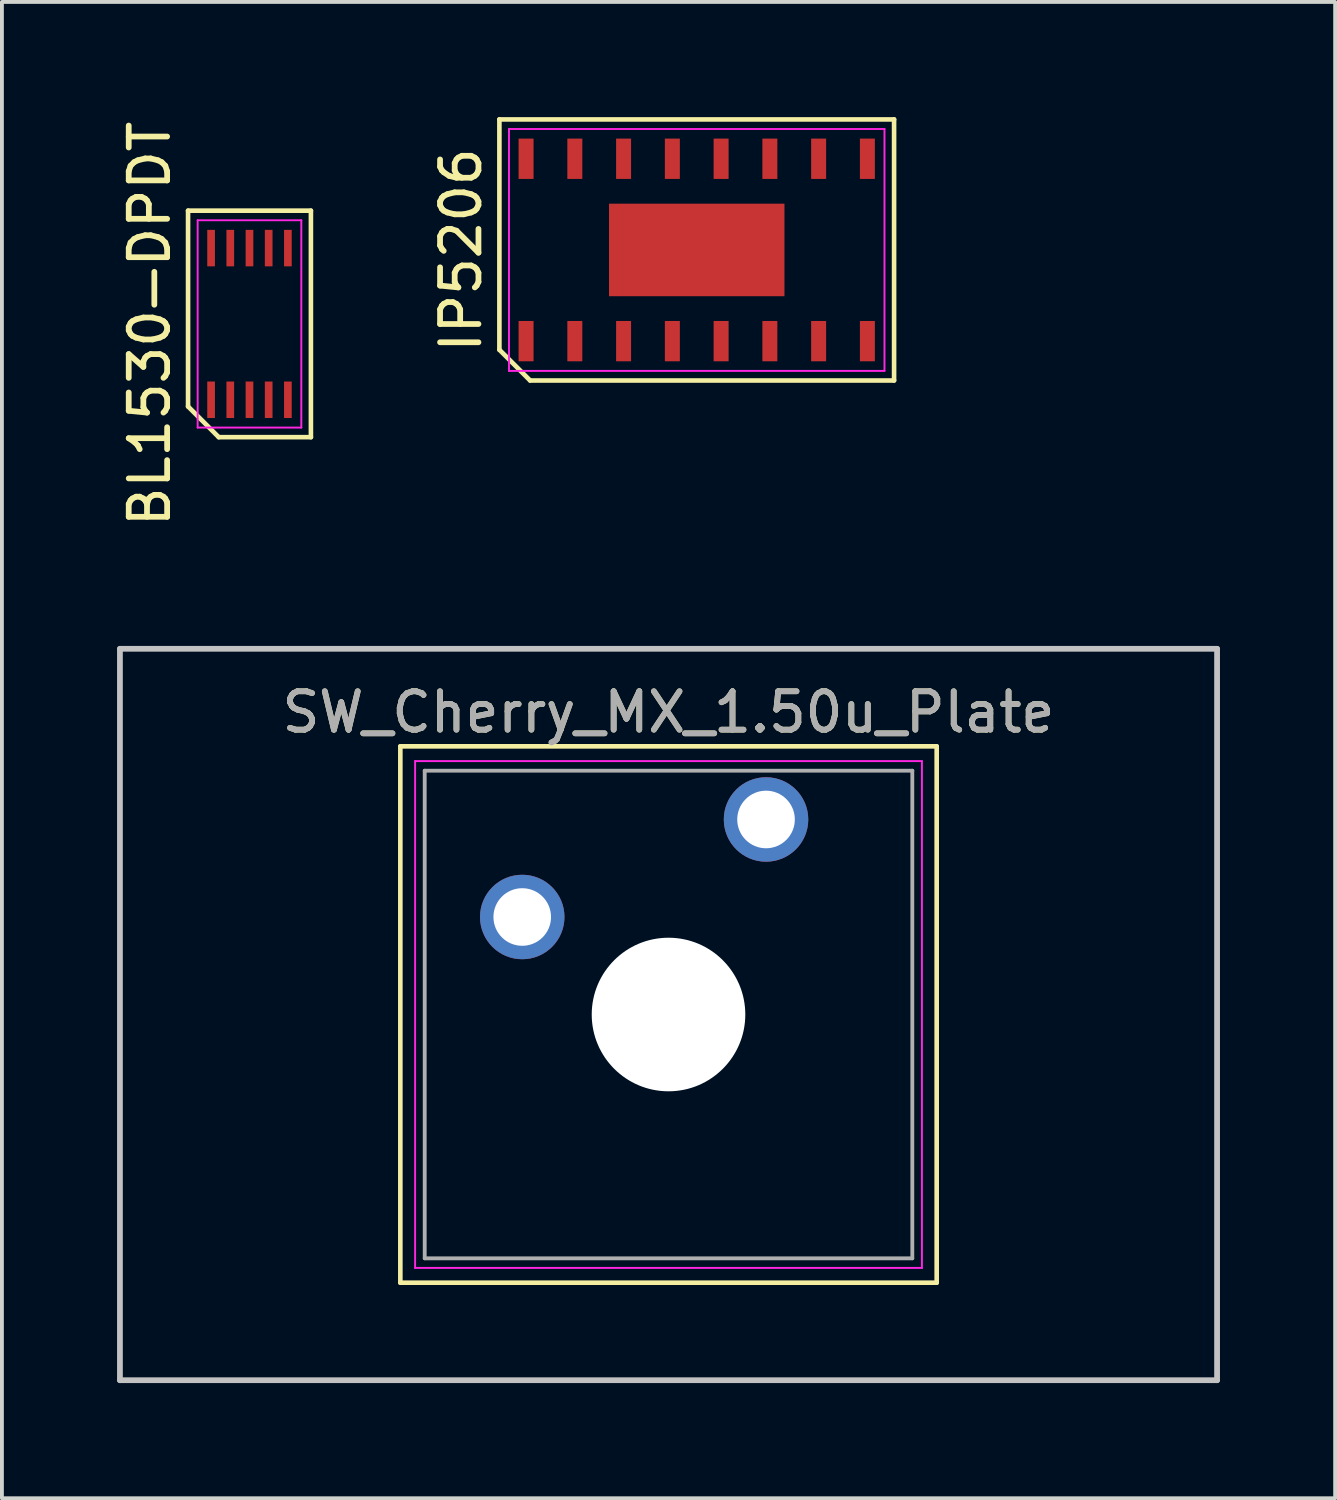
<source format=kicad_pcb>
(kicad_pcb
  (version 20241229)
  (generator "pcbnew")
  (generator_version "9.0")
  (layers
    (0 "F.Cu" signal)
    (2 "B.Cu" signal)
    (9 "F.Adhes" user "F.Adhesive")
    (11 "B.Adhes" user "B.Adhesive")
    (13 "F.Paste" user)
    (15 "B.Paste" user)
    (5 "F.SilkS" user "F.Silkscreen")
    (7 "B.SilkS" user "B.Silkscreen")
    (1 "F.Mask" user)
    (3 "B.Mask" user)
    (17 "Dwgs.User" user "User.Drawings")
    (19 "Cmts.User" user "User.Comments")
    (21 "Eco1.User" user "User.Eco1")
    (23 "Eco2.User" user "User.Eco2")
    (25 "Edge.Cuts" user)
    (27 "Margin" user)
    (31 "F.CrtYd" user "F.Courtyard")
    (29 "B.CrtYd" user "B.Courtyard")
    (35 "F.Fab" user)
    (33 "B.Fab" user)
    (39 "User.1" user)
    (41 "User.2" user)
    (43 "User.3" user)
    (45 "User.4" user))
  (footprint "SW_Cherry_MX_1.50u_Plate"
    (layer "F.Cu")
    (at 16.902 18.294)
    (property "Reference" "SW_Cherry_MX_1.50u_Plate" (at -2.54 -2.794 0) (layer "F.SilkS") (effects (font (size 1 1) (thickness 0.15))))
    (attr through_hole)
    (fp_line (start -9.525 -1.905) (end 4.445 -1.905) (stroke (width 0.12) (type solid)) (layer "F.SilkS"))
    (fp_line (start -9.525 12.065) (end -9.525 -1.905) (stroke (width 0.12) (type solid)) (layer "F.SilkS"))
    (fp_line (start 4.445 -1.905) (end 4.445 12.065) (stroke (width 0.12) (type solid)) (layer "F.SilkS"))
    (fp_line (start 4.445 12.065) (end -9.525 12.065) (stroke (width 0.12) (type solid)) (layer "F.SilkS"))
    (fp_line (start -16.828 -4.445) (end 11.748 -4.445) (stroke (width 0.15) (type solid)) (layer "Dwgs.User"))
    (fp_line (start -16.828 14.605) (end -16.828 -4.445) (stroke (width 0.15) (type solid)) (layer "Dwgs.User"))
    (fp_line (start 11.748 -4.445) (end 11.748 14.605) (stroke (width 0.15) (type solid)) (layer "Dwgs.User"))
    (fp_line (start 11.748 14.605) (end -16.828 14.605) (stroke (width 0.15) (type solid)) (layer "Dwgs.User"))
    (fp_line (start -9.14 -1.52) (end 4.06 -1.52) (stroke (width 0.05) (type solid)) (layer "F.CrtYd"))
    (fp_line (start -9.14 11.68) (end -9.14 -1.52) (stroke (width 0.05) (type solid)) (layer "F.CrtYd"))
    (fp_line (start 4.06 -1.52) (end 4.06 11.68) (stroke (width 0.05) (type solid)) (layer "F.CrtYd"))
    (fp_line (start 4.06 11.68) (end -9.14 11.68) (stroke (width 0.05) (type solid)) (layer "F.CrtYd"))
    (fp_line (start -8.89 -1.27) (end 3.81 -1.27) (stroke (width 0.1) (type solid)) (layer "F.Fab"))
    (fp_line (start -8.89 11.43) (end -8.89 -1.27) (stroke (width 0.1) (type solid)) (layer "F.Fab"))
    (fp_line (start 3.81 -1.27) (end 3.81 11.43) (stroke (width 0.1) (type solid)) (layer "F.Fab"))
    (fp_line (start 3.81 11.43) (end -8.89 11.43) (stroke (width 0.1) (type solid)) (layer "F.Fab"))
    (fp_text user "${REFERENCE}" (at -2.54 -2.794 0) (layer "F.Fab") (effects (font (size 1 1) (thickness 0.15))))
    (pad "" np_thru_hole circle (at -2.54 5.08) (size 4 4) (drill 4) (layers "*.Cu" "*.Mask"))
    (pad "1" thru_hole circle (at 0 0) (size 2.2 2.2) (drill 1.5) (layers "*.Cu" "*.Mask"))
    (pad "2" thru_hole circle (at -6.35 2.54) (size 2.2 2.2) (drill 1.5) (layers "*.Cu" "*.Mask")))
  (footprint "BL1530—DPDT"
    (layer "F.Cu")
    (at 3.448 5.387)
    (property "Reference" "BL1530—DPDT" (at -2.6 0 90) (layer "F.SilkS") (effects (font (size 1 1) (thickness 0.15))))
    (attr smd)
    (fp_line (start -1.6 -2.95) (end 1.6 -2.95) (stroke (width 0.12) (type solid)) (layer "F.SilkS"))
    (fp_line (start -1.6 2.15) (end -1.6 -2.95) (stroke (width 0.12) (type solid)) (layer "F.SilkS"))
    (fp_line (start -0.8 2.95) (end -1.6 2.15) (stroke (width 0.12) (type solid)) (layer "F.SilkS"))
    (fp_line (start 1.6 -2.95) (end 1.6 2.95) (stroke (width 0.12) (type solid)) (layer "F.SilkS"))
    (fp_line (start 1.6 2.95) (end -0.8 2.95) (stroke (width 0.12) (type solid)) (layer "F.SilkS"))
    (fp_line (start -1.35 -2.7) (end 1.35 -2.7) (stroke (width 0.05) (type solid)) (layer "F.CrtYd"))
    (fp_line (start -1.35 2.7) (end -1.35 -2.7) (stroke (width 0.05) (type solid)) (layer "F.CrtYd"))
    (fp_line (start 1.35 -2.7) (end 1.35 2.7) (stroke (width 0.05) (type solid)) (layer "F.CrtYd"))
    (fp_line (start 1.35 2.7) (end -1.35 2.7) (stroke (width 0.05) (type solid)) (layer "F.CrtYd"))
    (pad "1" smd rect (at -1 1.975) (size 0.2 0.95) (layers "F.Cu" "F.Mask" "F.Paste"))
    (pad "2" smd rect (at -0.5 1.975) (size 0.2 0.95) (layers "F.Cu" "F.Mask" "F.Paste"))
    (pad "3" smd rect (at 0 1.975) (size 0.2 0.95) (layers "F.Cu" "F.Mask" "F.Paste"))
    (pad "4" smd rect (at 0.5 1.975) (size 0.2 0.95) (layers "F.Cu" "F.Mask" "F.Paste"))
    (pad "5" smd rect (at 1 1.975) (size 0.2 0.95) (layers "F.Cu" "F.Mask" "F.Paste"))
    (pad "6" smd rect (at 1 -1.975) (size 0.2 0.95) (layers "F.Cu" "F.Mask" "F.Paste"))
    (pad "7" smd rect (at 0.5 -1.975) (size 0.2 0.95) (layers "F.Cu" "F.Mask" "F.Paste"))
    (pad "8" smd rect (at 0 -1.975) (size 0.2 0.95) (layers "F.Cu" "F.Mask" "F.Paste"))
    (pad "9" smd rect (at -0.5 -1.975) (size 0.2 0.95) (layers "F.Cu" "F.Mask" "F.Paste"))
    (pad "10" smd rect (at -1 -1.975) (size 0.2 0.95) (layers "F.Cu" "F.Mask" "F.Paste")))
  (footprint "IP5206"
    (layer "F.Cu")
    (at 15.097 3.46)
    (property "Reference" "IP5206" (at -6.14 0 90) (layer "F.SilkS") (effects (font (size 1 1) (thickness 0.15))))
    (attr smd)
    (fp_line (start -5.14 -3.4) (end 5.14 -3.4) (stroke (width 0.12) (type solid)) (layer "F.SilkS"))
    (fp_line (start -5.14 2.6) (end -5.14 -3.4) (stroke (width 0.12) (type solid)) (layer "F.SilkS"))
    (fp_line (start -4.34 3.4) (end -5.14 2.6) (stroke (width 0.12) (type solid)) (layer "F.SilkS"))
    (fp_line (start 5.14 -3.4) (end 5.14 3.4) (stroke (width 0.12) (type solid)) (layer "F.SilkS"))
    (fp_line (start 5.14 3.4) (end -4.34 3.4) (stroke (width 0.12) (type solid)) (layer "F.SilkS"))
    (fp_line (start -4.89 -3.15) (end 4.89 -3.15) (stroke (width 0.05) (type solid)) (layer "F.CrtYd"))
    (fp_line (start -4.89 3.15) (end -4.89 -3.15) (stroke (width 0.05) (type solid)) (layer "F.CrtYd"))
    (fp_line (start 4.89 -3.15) (end 4.89 3.15) (stroke (width 0.05) (type solid)) (layer "F.CrtYd"))
    (fp_line (start 4.89 3.15) (end -4.89 3.15) (stroke (width 0.05) (type solid)) (layer "F.CrtYd"))
    (pad "1" smd rect (at -4.445 2.375) (size 0.39 1.05) (layers "F.Cu" "F.Mask" "F.Paste"))
    (pad "2" smd rect (at -3.175 2.375) (size 0.39 1.05) (layers "F.Cu" "F.Mask" "F.Paste"))
    (pad "3" smd rect (at -1.905 2.375) (size 0.39 1.05) (layers "F.Cu" "F.Mask" "F.Paste"))
    (pad "4" smd rect (at -0.635 2.375) (size 0.39 1.05) (layers "F.Cu" "F.Mask" "F.Paste"))
    (pad "5" smd rect (at 0.635 2.375) (size 0.39 1.05) (layers "F.Cu" "F.Mask" "F.Paste"))
    (pad "6" smd rect (at 1.905 2.375) (size 0.39 1.05) (layers "F.Cu" "F.Mask" "F.Paste"))
    (pad "7" smd rect (at 3.175 2.375) (size 0.39 1.05) (layers "F.Cu" "F.Mask" "F.Paste"))
    (pad "8" smd rect (at 4.445 2.375) (size 0.39 1.05) (layers "F.Cu" "F.Mask" "F.Paste"))
    (pad "9" smd rect (at 4.445 -2.375) (size 0.39 1.05) (layers "F.Cu" "F.Mask" "F.Paste"))
    (pad "10" smd rect (at 3.175 -2.375) (size 0.39 1.05) (layers "F.Cu" "F.Mask" "F.Paste"))
    (pad "11" smd rect (at 1.905 -2.375) (size 0.39 1.05) (layers "F.Cu" "F.Mask" "F.Paste"))
    (pad "12" smd rect (at 0.635 -2.375) (size 0.39 1.05) (layers "F.Cu" "F.Mask" "F.Paste"))
    (pad "13" smd rect (at -0.635 -2.375) (size 0.39 1.05) (layers "F.Cu" "F.Mask" "F.Paste"))
    (pad "14" smd rect (at -1.905 -2.375) (size 0.39 1.05) (layers "F.Cu" "F.Mask" "F.Paste"))
    (pad "15" smd rect (at -3.175 -2.375) (size 0.39 1.05) (layers "F.Cu" "F.Mask" "F.Paste"))
    (pad "16" smd rect (at -4.445 -2.375) (size 0.39 1.05) (layers "F.Cu" "F.Mask" "F.Paste"))
    (pad "17" smd rect (at 0 0) (size 4.57 2.41) (layers "F.Cu" "F.Mask" "F.Paste")))
  (gr_rect
    (start -3 -3)
    (end 31.725 35.974)
    (stroke (width 0.1) (type default))
    (fill no)
    (layer "Edge.Cuts")))
</source>
